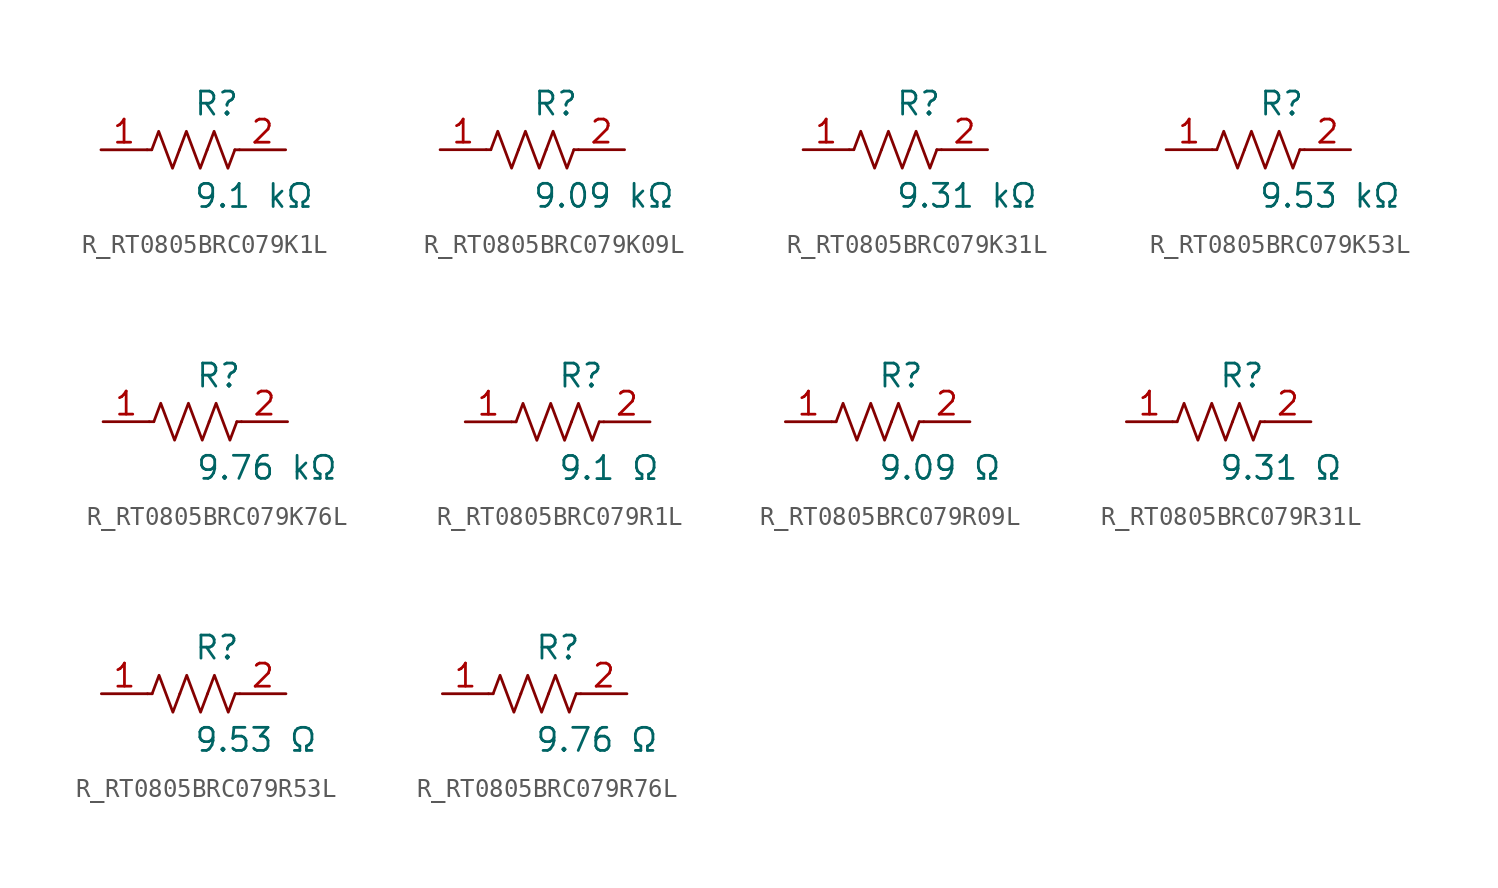
<source format=kicad_sym>
(kicad_symbol_lib
  (version 20231120)
  (generator kicad_symbol_editor)
  (generator_version 8.0)
  (symbol "R_RT0805BRC079K1L"
    (pin_names
      (offset 0.254))
    (property "Reference" "R"
      (at 0 2.54 0)
      (effects (font (size 1.27 1.27)) (justify left)))
    (property "Value" "9.1 kΩ"
      (at 0 -2.54 0)
      (effects (font (size 1.27 1.27)) (justify left)))
    (symbol "R_RT0805BRC079K1L_0_1"
      (polyline (pts (xy 2.286 0) (xy 2.54 0)) (stroke (width 0) (type default)) (fill (type none)))
      (polyline (pts (xy -2.286 0) (xy -2.54 0)) (stroke (width 0) (type default)) (fill (type none)))
      (polyline (pts (xy 0.762 0) (xy 1.143 1.016) (xy 1.524 0) (xy 1.905 -1.016) (xy 2.286 0)) (stroke (width 0) (type default)) (fill (type none)))
      (polyline (pts (xy -0.762 0) (xy -0.381 1.016) (xy 0 0) (xy 0.381 -1.016) (xy 0.762 0)) (stroke (width 0) (type default)) (fill (type none)))
      (polyline (pts (xy -2.286 0) (xy -1.905 1.016) (xy -1.524 0) (xy -1.143 -1.016) (xy -0.762 0)) (stroke (width 0) (type default)) (fill (type none))))
    (pin unspecified line
      (at -5.08 0 0)
      (length 2.54)
      (name "" (effects (font (size 1.27 1.27))))
      (number "1" (effects (font (size 1.27 1.27)))))
    (pin unspecified line
      (at 5.08 0 180)
      (length 2.54)
      (name "" (effects (font (size 1.27 1.27))))
      (number "2" (effects (font (size 1.27 1.27))))))
  (symbol "R_RT0805BRC079K09L"
    (pin_names
      (offset 0.254))
    (property "Reference" "R"
      (at 0 2.54 0)
      (effects (font (size 1.27 1.27)) (justify left)))
    (property "Value" "9.09 kΩ"
      (at 0 -2.54 0)
      (effects (font (size 1.27 1.27)) (justify left)))
    (symbol "R_RT0805BRC079K09L_0_1"
      (polyline (pts (xy 2.286 0) (xy 2.54 0)) (stroke (width 0) (type default)) (fill (type none)))
      (polyline (pts (xy -2.286 0) (xy -2.54 0)) (stroke (width 0) (type default)) (fill (type none)))
      (polyline (pts (xy 0.762 0) (xy 1.143 1.016) (xy 1.524 0) (xy 1.905 -1.016) (xy 2.286 0)) (stroke (width 0) (type default)) (fill (type none)))
      (polyline (pts (xy -0.762 0) (xy -0.381 1.016) (xy 0 0) (xy 0.381 -1.016) (xy 0.762 0)) (stroke (width 0) (type default)) (fill (type none)))
      (polyline (pts (xy -2.286 0) (xy -1.905 1.016) (xy -1.524 0) (xy -1.143 -1.016) (xy -0.762 0)) (stroke (width 0) (type default)) (fill (type none))))
    (pin unspecified line
      (at -5.08 0 0)
      (length 2.54)
      (name "" (effects (font (size 1.27 1.27))))
      (number "1" (effects (font (size 1.27 1.27)))))
    (pin unspecified line
      (at 5.08 0 180)
      (length 2.54)
      (name "" (effects (font (size 1.27 1.27))))
      (number "2" (effects (font (size 1.27 1.27))))))
  (symbol "R_RT0805BRC079K31L"
    (pin_names
      (offset 0.254))
    (property "Reference" "R"
      (at 0 2.54 0)
      (effects (font (size 1.27 1.27)) (justify left)))
    (property "Value" "9.31 kΩ"
      (at 0 -2.54 0)
      (effects (font (size 1.27 1.27)) (justify left)))
    (symbol "R_RT0805BRC079K31L_0_1"
      (polyline (pts (xy 2.286 0) (xy 2.54 0)) (stroke (width 0) (type default)) (fill (type none)))
      (polyline (pts (xy -2.286 0) (xy -2.54 0)) (stroke (width 0) (type default)) (fill (type none)))
      (polyline (pts (xy 0.762 0) (xy 1.143 1.016) (xy 1.524 0) (xy 1.905 -1.016) (xy 2.286 0)) (stroke (width 0) (type default)) (fill (type none)))
      (polyline (pts (xy -0.762 0) (xy -0.381 1.016) (xy 0 0) (xy 0.381 -1.016) (xy 0.762 0)) (stroke (width 0) (type default)) (fill (type none)))
      (polyline (pts (xy -2.286 0) (xy -1.905 1.016) (xy -1.524 0) (xy -1.143 -1.016) (xy -0.762 0)) (stroke (width 0) (type default)) (fill (type none))))
    (pin unspecified line
      (at -5.08 0 0)
      (length 2.54)
      (name "" (effects (font (size 1.27 1.27))))
      (number "1" (effects (font (size 1.27 1.27)))))
    (pin unspecified line
      (at 5.08 0 180)
      (length 2.54)
      (name "" (effects (font (size 1.27 1.27))))
      (number "2" (effects (font (size 1.27 1.27))))))
  (symbol "R_RT0805BRC079K53L"
    (pin_names
      (offset 0.254))
    (property "Reference" "R"
      (at 0 2.54 0)
      (effects (font (size 1.27 1.27)) (justify left)))
    (property "Value" "9.53 kΩ"
      (at 0 -2.54 0)
      (effects (font (size 1.27 1.27)) (justify left)))
    (symbol "R_RT0805BRC079K53L_0_1"
      (polyline (pts (xy 2.286 0) (xy 2.54 0)) (stroke (width 0) (type default)) (fill (type none)))
      (polyline (pts (xy -2.286 0) (xy -2.54 0)) (stroke (width 0) (type default)) (fill (type none)))
      (polyline (pts (xy 0.762 0) (xy 1.143 1.016) (xy 1.524 0) (xy 1.905 -1.016) (xy 2.286 0)) (stroke (width 0) (type default)) (fill (type none)))
      (polyline (pts (xy -0.762 0) (xy -0.381 1.016) (xy 0 0) (xy 0.381 -1.016) (xy 0.762 0)) (stroke (width 0) (type default)) (fill (type none)))
      (polyline (pts (xy -2.286 0) (xy -1.905 1.016) (xy -1.524 0) (xy -1.143 -1.016) (xy -0.762 0)) (stroke (width 0) (type default)) (fill (type none))))
    (pin unspecified line
      (at -5.08 0 0)
      (length 2.54)
      (name "" (effects (font (size 1.27 1.27))))
      (number "1" (effects (font (size 1.27 1.27)))))
    (pin unspecified line
      (at 5.08 0 180)
      (length 2.54)
      (name "" (effects (font (size 1.27 1.27))))
      (number "2" (effects (font (size 1.27 1.27))))))
  (symbol "R_RT0805BRC079K76L"
    (pin_names
      (offset 0.254))
    (property "Reference" "R"
      (at 0 2.54 0)
      (effects (font (size 1.27 1.27)) (justify left)))
    (property "Value" "9.76 kΩ"
      (at 0 -2.54 0)
      (effects (font (size 1.27 1.27)) (justify left)))
    (symbol "R_RT0805BRC079K76L_0_1"
      (polyline (pts (xy 2.286 0) (xy 2.54 0)) (stroke (width 0) (type default)) (fill (type none)))
      (polyline (pts (xy -2.286 0) (xy -2.54 0)) (stroke (width 0) (type default)) (fill (type none)))
      (polyline (pts (xy 0.762 0) (xy 1.143 1.016) (xy 1.524 0) (xy 1.905 -1.016) (xy 2.286 0)) (stroke (width 0) (type default)) (fill (type none)))
      (polyline (pts (xy -0.762 0) (xy -0.381 1.016) (xy 0 0) (xy 0.381 -1.016) (xy 0.762 0)) (stroke (width 0) (type default)) (fill (type none)))
      (polyline (pts (xy -2.286 0) (xy -1.905 1.016) (xy -1.524 0) (xy -1.143 -1.016) (xy -0.762 0)) (stroke (width 0) (type default)) (fill (type none))))
    (pin unspecified line
      (at -5.08 0 0)
      (length 2.54)
      (name "" (effects (font (size 1.27 1.27))))
      (number "1" (effects (font (size 1.27 1.27)))))
    (pin unspecified line
      (at 5.08 0 180)
      (length 2.54)
      (name "" (effects (font (size 1.27 1.27))))
      (number "2" (effects (font (size 1.27 1.27))))))
  (symbol "R_RT0805BRC079R1L"
    (pin_names
      (offset 0.254))
    (property "Reference" "R"
      (at 0 2.54 0)
      (effects (font (size 1.27 1.27)) (justify left)))
    (property "Value" "9.1 Ω"
      (at 0 -2.54 0)
      (effects (font (size 1.27 1.27)) (justify left)))
    (symbol "R_RT0805BRC079R1L_0_1"
      (polyline (pts (xy 2.286 0) (xy 2.54 0)) (stroke (width 0) (type default)) (fill (type none)))
      (polyline (pts (xy -2.286 0) (xy -2.54 0)) (stroke (width 0) (type default)) (fill (type none)))
      (polyline (pts (xy 0.762 0) (xy 1.143 1.016) (xy 1.524 0) (xy 1.905 -1.016) (xy 2.286 0)) (stroke (width 0) (type default)) (fill (type none)))
      (polyline (pts (xy -0.762 0) (xy -0.381 1.016) (xy 0 0) (xy 0.381 -1.016) (xy 0.762 0)) (stroke (width 0) (type default)) (fill (type none)))
      (polyline (pts (xy -2.286 0) (xy -1.905 1.016) (xy -1.524 0) (xy -1.143 -1.016) (xy -0.762 0)) (stroke (width 0) (type default)) (fill (type none))))
    (pin unspecified line
      (at -5.08 0 0)
      (length 2.54)
      (name "" (effects (font (size 1.27 1.27))))
      (number "1" (effects (font (size 1.27 1.27)))))
    (pin unspecified line
      (at 5.08 0 180)
      (length 2.54)
      (name "" (effects (font (size 1.27 1.27))))
      (number "2" (effects (font (size 1.27 1.27))))))
  (symbol "R_RT0805BRC079R09L"
    (pin_names
      (offset 0.254))
    (property "Reference" "R"
      (at 0 2.54 0)
      (effects (font (size 1.27 1.27)) (justify left)))
    (property "Value" "9.09 Ω"
      (at 0 -2.54 0)
      (effects (font (size 1.27 1.27)) (justify left)))
    (symbol "R_RT0805BRC079R09L_0_1"
      (polyline (pts (xy 2.286 0) (xy 2.54 0)) (stroke (width 0) (type default)) (fill (type none)))
      (polyline (pts (xy -2.286 0) (xy -2.54 0)) (stroke (width 0) (type default)) (fill (type none)))
      (polyline (pts (xy 0.762 0) (xy 1.143 1.016) (xy 1.524 0) (xy 1.905 -1.016) (xy 2.286 0)) (stroke (width 0) (type default)) (fill (type none)))
      (polyline (pts (xy -0.762 0) (xy -0.381 1.016) (xy 0 0) (xy 0.381 -1.016) (xy 0.762 0)) (stroke (width 0) (type default)) (fill (type none)))
      (polyline (pts (xy -2.286 0) (xy -1.905 1.016) (xy -1.524 0) (xy -1.143 -1.016) (xy -0.762 0)) (stroke (width 0) (type default)) (fill (type none))))
    (pin unspecified line
      (at -5.08 0 0)
      (length 2.54)
      (name "" (effects (font (size 1.27 1.27))))
      (number "1" (effects (font (size 1.27 1.27)))))
    (pin unspecified line
      (at 5.08 0 180)
      (length 2.54)
      (name "" (effects (font (size 1.27 1.27))))
      (number "2" (effects (font (size 1.27 1.27))))))
  (symbol "R_RT0805BRC079R31L"
    (pin_names
      (offset 0.254))
    (property "Reference" "R"
      (at 0 2.54 0)
      (effects (font (size 1.27 1.27)) (justify left)))
    (property "Value" "9.31 Ω"
      (at 0 -2.54 0)
      (effects (font (size 1.27 1.27)) (justify left)))
    (symbol "R_RT0805BRC079R31L_0_1"
      (polyline (pts (xy 2.286 0) (xy 2.54 0)) (stroke (width 0) (type default)) (fill (type none)))
      (polyline (pts (xy -2.286 0) (xy -2.54 0)) (stroke (width 0) (type default)) (fill (type none)))
      (polyline (pts (xy 0.762 0) (xy 1.143 1.016) (xy 1.524 0) (xy 1.905 -1.016) (xy 2.286 0)) (stroke (width 0) (type default)) (fill (type none)))
      (polyline (pts (xy -0.762 0) (xy -0.381 1.016) (xy 0 0) (xy 0.381 -1.016) (xy 0.762 0)) (stroke (width 0) (type default)) (fill (type none)))
      (polyline (pts (xy -2.286 0) (xy -1.905 1.016) (xy -1.524 0) (xy -1.143 -1.016) (xy -0.762 0)) (stroke (width 0) (type default)) (fill (type none))))
    (pin unspecified line
      (at -5.08 0 0)
      (length 2.54)
      (name "" (effects (font (size 1.27 1.27))))
      (number "1" (effects (font (size 1.27 1.27)))))
    (pin unspecified line
      (at 5.08 0 180)
      (length 2.54)
      (name "" (effects (font (size 1.27 1.27))))
      (number "2" (effects (font (size 1.27 1.27))))))
  (symbol "R_RT0805BRC079R53L"
    (pin_names
      (offset 0.254))
    (property "Reference" "R"
      (at 0 2.54 0)
      (effects (font (size 1.27 1.27)) (justify left)))
    (property "Value" "9.53 Ω"
      (at 0 -2.54 0)
      (effects (font (size 1.27 1.27)) (justify left)))
    (symbol "R_RT0805BRC079R53L_0_1"
      (polyline (pts (xy 2.286 0) (xy 2.54 0)) (stroke (width 0) (type default)) (fill (type none)))
      (polyline (pts (xy -2.286 0) (xy -2.54 0)) (stroke (width 0) (type default)) (fill (type none)))
      (polyline (pts (xy 0.762 0) (xy 1.143 1.016) (xy 1.524 0) (xy 1.905 -1.016) (xy 2.286 0)) (stroke (width 0) (type default)) (fill (type none)))
      (polyline (pts (xy -0.762 0) (xy -0.381 1.016) (xy 0 0) (xy 0.381 -1.016) (xy 0.762 0)) (stroke (width 0) (type default)) (fill (type none)))
      (polyline (pts (xy -2.286 0) (xy -1.905 1.016) (xy -1.524 0) (xy -1.143 -1.016) (xy -0.762 0)) (stroke (width 0) (type default)) (fill (type none))))
    (pin unspecified line
      (at -5.08 0 0)
      (length 2.54)
      (name "" (effects (font (size 1.27 1.27))))
      (number "1" (effects (font (size 1.27 1.27)))))
    (pin unspecified line
      (at 5.08 0 180)
      (length 2.54)
      (name "" (effects (font (size 1.27 1.27))))
      (number "2" (effects (font (size 1.27 1.27))))))
  (symbol "R_RT0805BRC079R76L"
    (pin_names
      (offset 0.254))
    (property "Reference" "R"
      (at 0 2.54 0)
      (effects (font (size 1.27 1.27)) (justify left)))
    (property "Value" "9.76 Ω"
      (at 0 -2.54 0)
      (effects (font (size 1.27 1.27)) (justify left)))
    (symbol "R_RT0805BRC079R76L_0_1"
      (polyline (pts (xy 2.286 0) (xy 2.54 0)) (stroke (width 0) (type default)) (fill (type none)))
      (polyline (pts (xy -2.286 0) (xy -2.54 0)) (stroke (width 0) (type default)) (fill (type none)))
      (polyline (pts (xy 0.762 0) (xy 1.143 1.016) (xy 1.524 0) (xy 1.905 -1.016) (xy 2.286 0)) (stroke (width 0) (type default)) (fill (type none)))
      (polyline (pts (xy -0.762 0) (xy -0.381 1.016) (xy 0 0) (xy 0.381 -1.016) (xy 0.762 0)) (stroke (width 0) (type default)) (fill (type none)))
      (polyline (pts (xy -2.286 0) (xy -1.905 1.016) (xy -1.524 0) (xy -1.143 -1.016) (xy -0.762 0)) (stroke (width 0) (type default)) (fill (type none))))
    (pin unspecified line
      (at -5.08 0 0)
      (length 2.54)
      (name "" (effects (font (size 1.27 1.27))))
      (number "1" (effects (font (size 1.27 1.27)))))
    (pin unspecified line
      (at 5.08 0 180)
      (length 2.54)
      (name "" (effects (font (size 1.27 1.27))))
      (number "2" (effects (font (size 1.27 1.27)))))))
</source>
